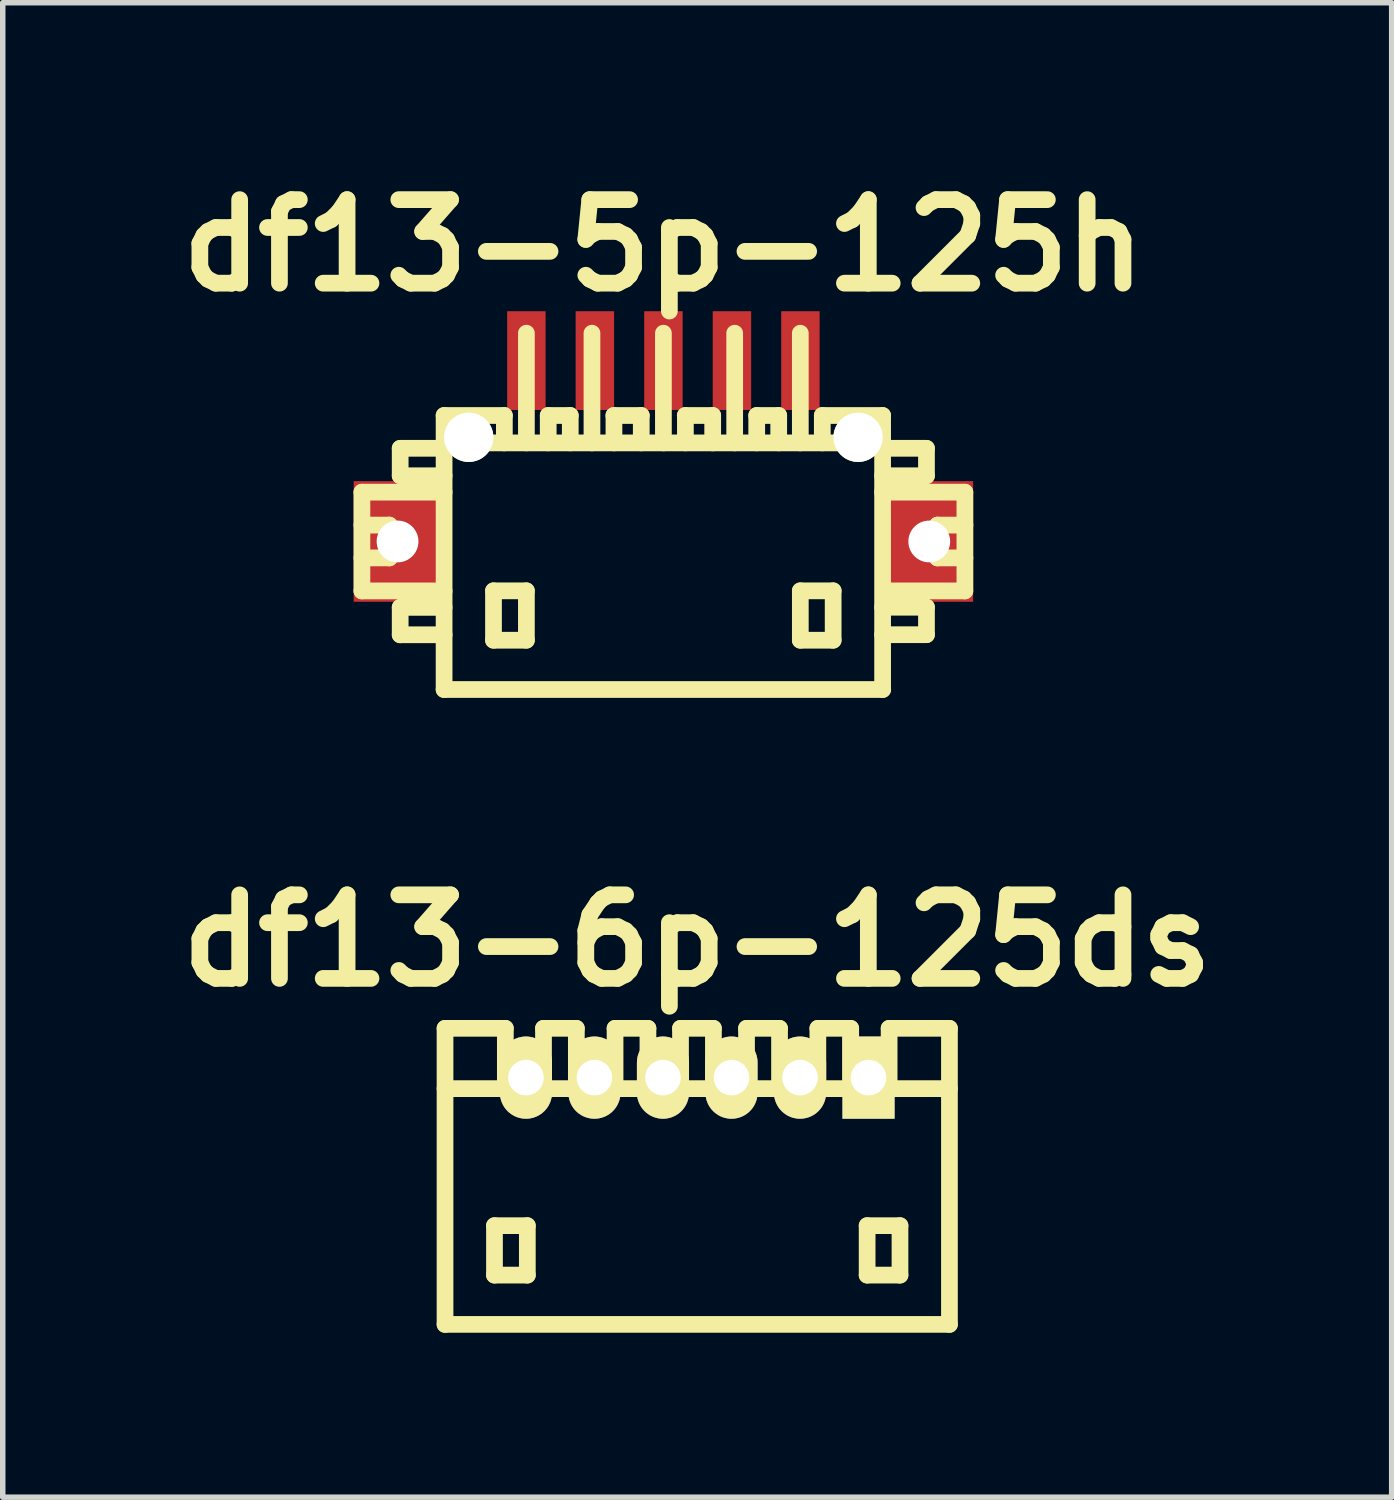
<source format=kicad_pcb>
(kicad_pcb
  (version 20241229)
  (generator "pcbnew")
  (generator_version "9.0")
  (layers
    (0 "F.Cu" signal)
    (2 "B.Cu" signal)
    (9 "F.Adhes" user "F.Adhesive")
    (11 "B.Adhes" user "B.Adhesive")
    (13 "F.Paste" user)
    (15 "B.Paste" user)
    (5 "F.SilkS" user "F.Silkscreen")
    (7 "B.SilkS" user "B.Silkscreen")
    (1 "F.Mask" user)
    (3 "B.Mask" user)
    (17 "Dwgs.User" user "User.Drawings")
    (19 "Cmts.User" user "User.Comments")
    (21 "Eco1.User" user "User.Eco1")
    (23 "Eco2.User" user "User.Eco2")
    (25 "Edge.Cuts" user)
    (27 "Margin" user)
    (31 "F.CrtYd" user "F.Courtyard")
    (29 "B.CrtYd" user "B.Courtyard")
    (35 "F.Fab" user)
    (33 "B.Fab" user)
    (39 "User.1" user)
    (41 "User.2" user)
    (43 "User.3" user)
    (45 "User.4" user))
  (footprint "df13-5p-125h"
    (layer "F.Cu")
    (at 9.05 7.027)
    (property "Reference" "df13-5p-125h" (at 0 -5.601 0) (layer "F.SilkS") (effects (font (size 1.524 1.524) (thickness 0.305))))
    (attr through_hole)
    (fp_line (start -5.499 -1.1) (end -5.499 0.701) (stroke (width 0.305) (type solid)) (layer "F.SilkS"))
    (fp_line (start -5.499 0.701) (end -4 0.701) (stroke (width 0.305) (type solid)) (layer "F.SilkS"))
    (fp_line (start -4.999 -0.5) (end -5.499 -0.5) (stroke (width 0.305) (type solid)) (layer "F.SilkS"))
    (fp_line (start -4.999 0.099) (end -5.499 0.099) (stroke (width 0.305) (type solid)) (layer "F.SilkS"))
    (fp_line (start -4.999 0.099) (end -4.999 -0.5) (stroke (width 0.305) (type solid)) (layer "F.SilkS"))
    (fp_line (start -4.801 -1.9) (end -4.801 -1.4) (stroke (width 0.305) (type solid)) (layer "F.SilkS"))
    (fp_line (start -4.801 -1.9) (end -4 -1.9) (stroke (width 0.305) (type solid)) (layer "F.SilkS"))
    (fp_line (start -4.801 1.001) (end -4.801 1.501) (stroke (width 0.305) (type solid)) (layer "F.SilkS"))
    (fp_line (start -4.801 1.501) (end -4 1.501) (stroke (width 0.305) (type solid)) (layer "F.SilkS"))
    (fp_line (start -4 -1.4) (end -4.801 -1.4) (stroke (width 0.305) (type solid)) (layer "F.SilkS"))
    (fp_line (start -4 -1.1) (end -5.499 -1.1) (stroke (width 0.305) (type solid)) (layer "F.SilkS"))
    (fp_line (start -4 1.001) (end -4.801 1.001) (stroke (width 0.305) (type solid)) (layer "F.SilkS"))
    (fp_line (start -4 2.499) (end -4 -2.499) (stroke (width 0.305) (type solid)) (layer "F.SilkS"))
    (fp_line (start -4 2.499) (end 4 2.499) (stroke (width 0.305) (type solid)) (layer "F.SilkS"))
    (fp_line (start -3.099 0.699) (end -3.099 1.6) (stroke (width 0.305) (type solid)) (layer "F.SilkS"))
    (fp_line (start -3.099 1.6) (end -2.499 1.6) (stroke (width 0.305) (type solid)) (layer "F.SilkS"))
    (fp_line (start -2.901 -2.499) (end -4 -2.499) (stroke (width 0.305) (type solid)) (layer "F.SilkS"))
    (fp_line (start -2.901 -2.499) (end -2.901 -1.999) (stroke (width 0.305) (type solid)) (layer "F.SilkS"))
    (fp_line (start -2.499 -4) (end -2.499 -1.999) (stroke (width 0.305) (type solid)) (layer "F.SilkS"))
    (fp_line (start -2.499 0.699) (end -3.099 0.699) (stroke (width 0.305) (type solid)) (layer "F.SilkS"))
    (fp_line (start -2.499 1.6) (end -2.499 0.699) (stroke (width 0.305) (type solid)) (layer "F.SilkS"))
    (fp_line (start -2.101 -2.499) (end -2.101 -1.999) (stroke (width 0.305) (type solid)) (layer "F.SilkS"))
    (fp_line (start -1.699 -2.499) (end -2.101 -2.499) (stroke (width 0.305) (type solid)) (layer "F.SilkS"))
    (fp_line (start -1.699 -2.499) (end -1.699 -1.999) (stroke (width 0.305) (type solid)) (layer "F.SilkS"))
    (fp_line (start -1.303 -1.999) (end -1.303 -4) (stroke (width 0.305) (type solid)) (layer "F.SilkS"))
    (fp_line (start -0.904 -2.499) (end -0.404 -2.499) (stroke (width 0.305) (type solid)) (layer "F.SilkS"))
    (fp_line (start -0.902 -1.999) (end -0.902 -2.499) (stroke (width 0.305) (type solid)) (layer "F.SilkS"))
    (fp_line (start -0.404 -2.499) (end -0.404 -1.999) (stroke (width 0.305) (type solid)) (layer "F.SilkS"))
    (fp_line (start 0 -1.999) (end 0 -4) (stroke (width 0.305) (type solid)) (layer "F.SilkS"))
    (fp_line (start 0.399 -2.499) (end 0.899 -2.499) (stroke (width 0.305) (type solid)) (layer "F.SilkS"))
    (fp_line (start 0.401 -1.999) (end 0.401 -2.499) (stroke (width 0.305) (type solid)) (layer "F.SilkS"))
    (fp_line (start 0.899 -2.499) (end 0.899 -1.999) (stroke (width 0.305) (type solid)) (layer "F.SilkS"))
    (fp_line (start 1.3 -1.999) (end 1.3 -4) (stroke (width 0.305) (type solid)) (layer "F.SilkS"))
    (fp_line (start 1.702 -2.499) (end 1.702 -1.999) (stroke (width 0.305) (type solid)) (layer "F.SilkS"))
    (fp_line (start 2.103 -2.499) (end 1.702 -2.499) (stroke (width 0.305) (type solid)) (layer "F.SilkS"))
    (fp_line (start 2.103 -2.499) (end 2.103 -1.999) (stroke (width 0.305) (type solid)) (layer "F.SilkS"))
    (fp_line (start 2.497 -1.999) (end 2.497 -4) (stroke (width 0.305) (type solid)) (layer "F.SilkS"))
    (fp_line (start 2.497 0.699) (end 3.096 0.699) (stroke (width 0.305) (type solid)) (layer "F.SilkS"))
    (fp_line (start 2.497 1.6) (end 2.497 0.699) (stroke (width 0.305) (type solid)) (layer "F.SilkS"))
    (fp_line (start 2.898 -2.499) (end 2.898 -1.999) (stroke (width 0.305) (type solid)) (layer "F.SilkS"))
    (fp_line (start 3.096 0.699) (end 3.096 1.6) (stroke (width 0.305) (type solid)) (layer "F.SilkS"))
    (fp_line (start 3.096 1.6) (end 2.497 1.6) (stroke (width 0.305) (type solid)) (layer "F.SilkS"))
    (fp_line (start 3.998 -2.499) (end 2.898 -2.499) (stroke (width 0.305) (type solid)) (layer "F.SilkS"))
    (fp_line (start 3.998 -2.499) (end 3.998 2.499) (stroke (width 0.305) (type solid)) (layer "F.SilkS"))
    (fp_line (start 3.998 -1.9) (end 4.798 -1.9) (stroke (width 0.305) (type solid)) (layer "F.SilkS"))
    (fp_line (start 3.998 0.998) (end 4.798 0.998) (stroke (width 0.305) (type solid)) (layer "F.SilkS"))
    (fp_line (start 4 -1.999) (end -4 -1.999) (stroke (width 0.305) (type solid)) (layer "F.SilkS"))
    (fp_line (start 4.798 -1.9) (end 4.798 -1.4) (stroke (width 0.305) (type solid)) (layer "F.SilkS"))
    (fp_line (start 4.798 -1.4) (end 3.998 -1.4) (stroke (width 0.305) (type solid)) (layer "F.SilkS"))
    (fp_line (start 4.798 0.998) (end 4.798 1.499) (stroke (width 0.305) (type solid)) (layer "F.SilkS"))
    (fp_line (start 4.798 1.499) (end 3.998 1.499) (stroke (width 0.305) (type solid)) (layer "F.SilkS"))
    (fp_line (start 4.999 0.099) (end 4.999 -0.5) (stroke (width 0.305) (type solid)) (layer "F.SilkS"))
    (fp_line (start 5.497 -1.1) (end 3.998 -1.1) (stroke (width 0.305) (type solid)) (layer "F.SilkS"))
    (fp_line (start 5.497 0.701) (end 4.097 0.701) (stroke (width 0.305) (type solid)) (layer "F.SilkS"))
    (fp_line (start 5.499 -1.1) (end 5.499 0.701) (stroke (width 0.305) (type solid)) (layer "F.SilkS"))
    (fp_line (start 5.499 -0.5) (end 4.999 -0.5) (stroke (width 0.305) (type solid)) (layer "F.SilkS"))
    (fp_line (start 5.499 0.099) (end 4.999 0.099) (stroke (width 0.305) (type solid)) (layer "F.SilkS"))
    (pad "" np_thru_hole rect (at -4.849 -0.201) (size 1.6 2.2) (drill 0.762) (layers "F.Cu" "F.Mask" "F.Paste"))
    (pad "" np_thru_hole circle (at -3.551 -2.101) (size 0.899 0.899) (drill 0.899) (layers "*.Cu" "*.Mask" "F.SilkS"))
    (pad "" np_thru_hole circle (at 3.551 -2.101) (size 0.899 0.899) (drill 0.899) (layers "*.Cu" "*.Mask" "F.SilkS"))
    (pad "" np_thru_hole rect (at 4.849 -0.201) (size 1.6 2.2) (drill 0.762) (layers "F.Cu" "F.Mask" "F.Paste"))
    (pad "1" smd rect (at 2.499 -3.5) (size 0.701 1.801) (layers "F.Cu" "F.Mask" "F.Paste"))
    (pad "2" smd rect (at 1.25 -3.5) (size 0.701 1.801) (layers "F.Cu" "F.Mask" "F.Paste"))
    (pad "3" smd rect (at 0 -3.5) (size 0.701 1.801) (layers "F.Cu" "F.Mask" "F.Paste"))
    (pad "4" smd rect (at -1.25 -3.5) (size 0.701 1.801) (layers "F.Cu" "F.Mask" "F.Paste"))
    (pad "5" smd rect (at -2.499 -3.5) (size 0.701 1.801) (layers "F.Cu" "F.Mask" "F.Paste")))
  (footprint "df13-6p-125ds"
    (layer "F.Cu")
    (at 9.667 18.406)
    (property "Reference" "df13-6p-125ds" (at 0 -4.3 0) (layer "F.SilkS") (effects (font (size 1.524 1.524) (thickness 0.305))))
    (attr through_hole)
    (fp_line (start -4.6 2.7) (end -4.6 -2.7) (stroke (width 0.305) (type solid)) (layer "F.SilkS"))
    (fp_line (start -4.6 2.7) (end 4.6 2.7) (stroke (width 0.305) (type solid)) (layer "F.SilkS"))
    (fp_line (start -3.698 0.899) (end -3.698 1.801) (stroke (width 0.305) (type solid)) (layer "F.SilkS"))
    (fp_line (start -3.698 1.801) (end -3.099 1.801) (stroke (width 0.305) (type solid)) (layer "F.SilkS"))
    (fp_line (start -3.5 -2.7) (end -4.6 -2.7) (stroke (width 0.305) (type solid)) (layer "F.SilkS"))
    (fp_line (start -3.5 -1.6) (end -3.5 -2.7) (stroke (width 0.305) (type solid)) (layer "F.SilkS"))
    (fp_line (start -3.099 0.899) (end -3.698 0.899) (stroke (width 0.305) (type solid)) (layer "F.SilkS"))
    (fp_line (start -3.099 1.801) (end -3.099 0.899) (stroke (width 0.305) (type solid)) (layer "F.SilkS"))
    (fp_line (start -2.804 -1.6) (end -2.804 -2.7) (stroke (width 0.305) (type solid)) (layer "F.SilkS"))
    (fp_line (start -2.205 -2.7) (end -2.804 -2.7) (stroke (width 0.305) (type solid)) (layer "F.SilkS"))
    (fp_line (start -2.205 -1.6) (end -2.205 -2.7) (stroke (width 0.305) (type solid)) (layer "F.SilkS"))
    (fp_line (start -1.499 -2.7) (end -0.899 -2.7) (stroke (width 0.305) (type solid)) (layer "F.SilkS"))
    (fp_line (start -1.499 -1.6) (end -1.499 -2.7) (stroke (width 0.305) (type solid)) (layer "F.SilkS"))
    (fp_line (start -0.899 -2.7) (end -0.899 -1.6) (stroke (width 0.305) (type solid)) (layer "F.SilkS"))
    (fp_line (start -0.305 -2.7) (end 0.295 -2.7) (stroke (width 0.305) (type solid)) (layer "F.SilkS"))
    (fp_line (start -0.305 -1.6) (end -0.305 -2.7) (stroke (width 0.305) (type solid)) (layer "F.SilkS"))
    (fp_line (start 0.295 -2.7) (end 0.295 -1.6) (stroke (width 0.305) (type solid)) (layer "F.SilkS"))
    (fp_line (start 0.899 -2.7) (end 1.501 -2.7) (stroke (width 0.305) (type solid)) (layer "F.SilkS"))
    (fp_line (start 0.899 -1.6) (end 0.899 -2.7) (stroke (width 0.305) (type solid)) (layer "F.SilkS"))
    (fp_line (start 1.501 -2.7) (end 1.501 -1.6) (stroke (width 0.305) (type solid)) (layer "F.SilkS"))
    (fp_line (start 2.2 -2.7) (end 2.799 -2.7) (stroke (width 0.305) (type solid)) (layer "F.SilkS"))
    (fp_line (start 2.2 -1.6) (end 2.2 -2.7) (stroke (width 0.305) (type solid)) (layer "F.SilkS"))
    (fp_line (start 2.799 -2.7) (end 2.799 -1.6) (stroke (width 0.305) (type solid)) (layer "F.SilkS"))
    (fp_line (start 3.099 0.899) (end 3.698 0.899) (stroke (width 0.305) (type solid)) (layer "F.SilkS"))
    (fp_line (start 3.099 1.801) (end 3.099 0.899) (stroke (width 0.305) (type solid)) (layer "F.SilkS"))
    (fp_line (start 3.5 -1.6) (end 3.5 -2.7) (stroke (width 0.305) (type solid)) (layer "F.SilkS"))
    (fp_line (start 3.698 0.899) (end 3.698 1.801) (stroke (width 0.305) (type solid)) (layer "F.SilkS"))
    (fp_line (start 3.698 1.801) (end 3.099 1.801) (stroke (width 0.305) (type solid)) (layer "F.SilkS"))
    (fp_line (start 4.6 -2.7) (end 3.5 -2.7) (stroke (width 0.305) (type solid)) (layer "F.SilkS"))
    (fp_line (start 4.6 -1.6) (end -4.6 -1.6) (stroke (width 0.305) (type solid)) (layer "F.SilkS"))
    (fp_line (start 4.6 2.7) (end 4.6 -2.7) (stroke (width 0.305) (type solid)) (layer "F.SilkS"))
    (pad "1" thru_hole rect (at 3.124 -1.801) (size 0.95 1.499) (drill 0.648) (layers "*.Cu" "*.Mask" "F.SilkS"))
    (pad "2" thru_hole oval (at 1.875 -1.801) (size 0.95 1.499) (drill 0.648) (layers "*.Cu" "*.Mask" "F.SilkS"))
    (pad "3" thru_hole oval (at 0.625 -1.801) (size 0.95 1.499) (drill 0.648) (layers "*.Cu" "*.Mask" "F.SilkS"))
    (pad "4" thru_hole oval (at -0.625 -1.801) (size 0.95 1.499) (drill 0.648) (layers "*.Cu" "*.Mask" "F.SilkS"))
    (pad "5" thru_hole oval (at -1.875 -1.801) (size 0.95 1.499) (drill 0.648) (layers "*.Cu" "*.Mask" "F.SilkS"))
    (pad "6" thru_hole oval (at -3.124 -1.801) (size 0.95 1.499) (drill 0.648) (layers "*.Cu" "*.Mask" "F.SilkS")))
  (gr_rect
    (start -3 -3)
    (end 22.333 24.258)
    (stroke (width 0.1) (type default))
    (fill no)
    (layer "Edge.Cuts")))
</source>
